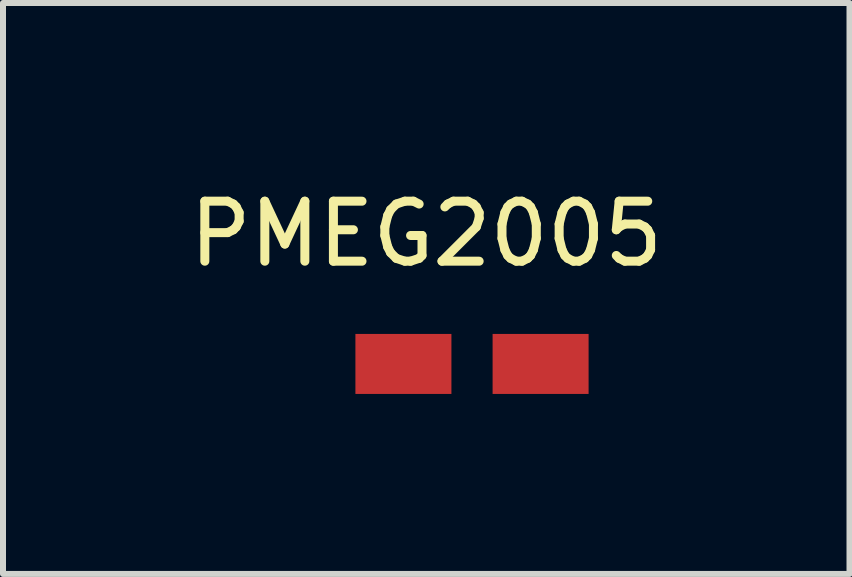
<source format=kicad_pcb>
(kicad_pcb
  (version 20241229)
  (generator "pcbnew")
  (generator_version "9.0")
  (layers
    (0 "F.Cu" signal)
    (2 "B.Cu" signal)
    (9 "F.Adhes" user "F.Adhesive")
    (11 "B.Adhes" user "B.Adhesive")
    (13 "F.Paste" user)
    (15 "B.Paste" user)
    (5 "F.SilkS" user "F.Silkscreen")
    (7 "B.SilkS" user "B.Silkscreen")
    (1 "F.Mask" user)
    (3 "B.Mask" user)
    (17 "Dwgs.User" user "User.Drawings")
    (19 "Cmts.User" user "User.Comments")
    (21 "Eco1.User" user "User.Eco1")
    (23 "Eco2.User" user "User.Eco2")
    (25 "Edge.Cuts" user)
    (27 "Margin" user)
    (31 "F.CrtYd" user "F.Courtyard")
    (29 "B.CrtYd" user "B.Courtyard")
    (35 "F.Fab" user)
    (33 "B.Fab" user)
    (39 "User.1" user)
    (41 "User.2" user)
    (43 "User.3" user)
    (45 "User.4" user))
  (footprint "PMEG2005"
    (layer "F.Cu")
    (at 4.054 0.348)
    (property "Reference" "PMEG2005" (at 0 0.5 0) (layer "F.SilkS") (effects (font (size 1 1) (thickness 0.15))))
    (attr through_hole)
    (pad "1" smd rect (at -0.381 2.667) (size 1.6 1) (layers "F.Cu" "F.Mask" "F.Paste"))
    (pad "2" smd rect (at 1.905 2.667) (size 1.6 1) (layers "F.Cu" "F.Mask" "F.Paste")))
  (gr_rect
    (start -3 -3)
    (end 11.107 6.515)
    (stroke (width 0.1) (type default))
    (fill no)
    (layer "Edge.Cuts")))
</source>
